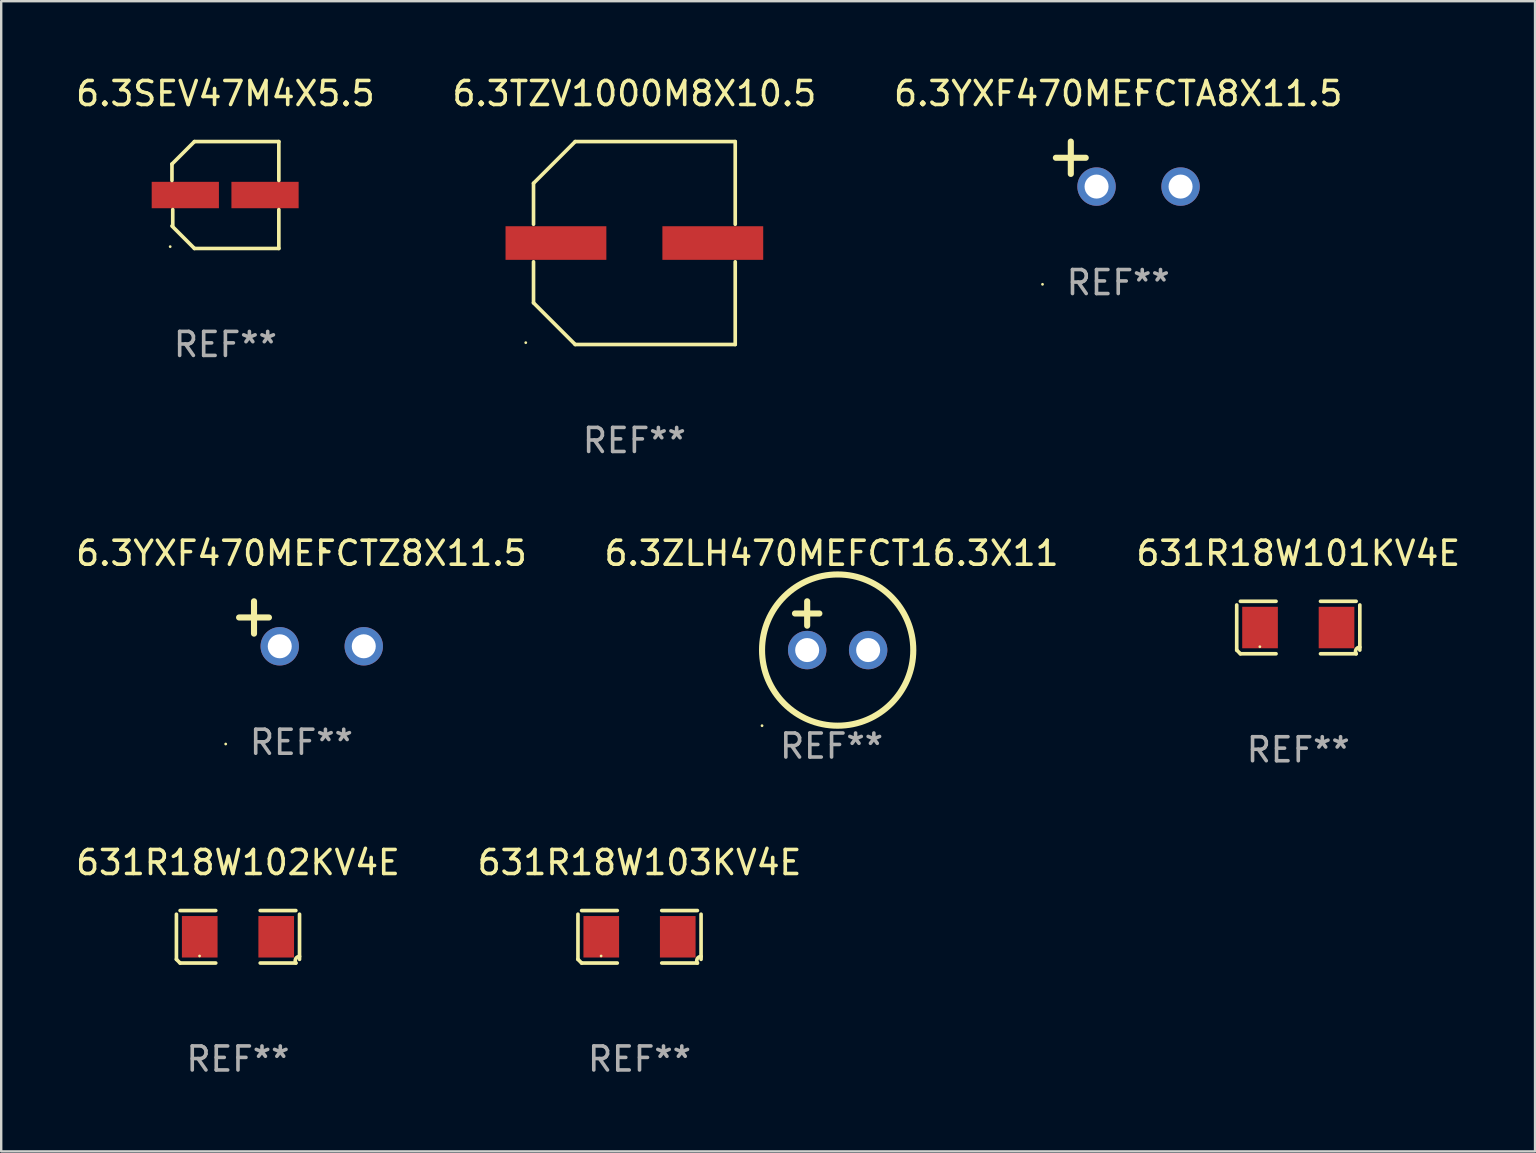
<source format=kicad_pcb>
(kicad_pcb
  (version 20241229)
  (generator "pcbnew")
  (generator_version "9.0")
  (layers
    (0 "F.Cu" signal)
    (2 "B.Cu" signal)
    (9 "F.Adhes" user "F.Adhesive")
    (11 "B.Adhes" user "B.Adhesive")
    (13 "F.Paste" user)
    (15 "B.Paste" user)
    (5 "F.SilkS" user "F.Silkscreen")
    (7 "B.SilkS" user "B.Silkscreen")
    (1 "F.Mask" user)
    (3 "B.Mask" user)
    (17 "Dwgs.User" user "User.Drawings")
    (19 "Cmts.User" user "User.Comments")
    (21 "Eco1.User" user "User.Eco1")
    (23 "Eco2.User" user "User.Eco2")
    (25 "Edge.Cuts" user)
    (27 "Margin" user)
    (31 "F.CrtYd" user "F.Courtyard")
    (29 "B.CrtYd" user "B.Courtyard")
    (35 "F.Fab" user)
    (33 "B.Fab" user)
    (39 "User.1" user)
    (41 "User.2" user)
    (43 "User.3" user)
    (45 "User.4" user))
  (footprint "6.3YXF470MEFCTA8X11.5"
    (layer "F.Cu")
    (at 43.53 3.785)
    (property "Reference" "6.3YXF470MEFCTA8X11.5" (at 0 -2.937 0) (layer "F.SilkS") (effects (font (size 1 1) (thickness 0.15))))
    (attr through_hole)
    (fp_line (start -1.975 0.41) (end -1.975 -0.937) (stroke (width 0.254) (type solid)) (layer "F.SilkS"))
    (fp_line (start -1.353 -0.263) (end -2.597 -0.263) (stroke (width 0.254) (type solid)) (layer "F.SilkS"))
    (fp_arc (start 0.849809 -3.063957) (mid 0.885369 -3.064114) (end 0.920929 -3.063957) (stroke (width 0.254001) (type solid)) (layer "F.SilkS"))
    (fp_circle (center -3.154 5.008) (end -3.124 5.008) (stroke (width 0.06) (type solid)) (fill no) (layer "F.SilkS"))
    (fp_text user "REF**" (at 0 4.937 0) (layer "F.Fab") (effects (font (size 1 1) (thickness 0.15))))
    (pad "1" thru_hole circle (at -0.903 0.937) (size 1.6 1.6) (drill 1) (layers "*.Cu" "*.Mask"))
    (pad "2" thru_hole circle (at 2.597 0.937) (size 1.6 1.6) (drill 1) (layers "*.Cu" "*.Mask")))
  (footprint "6.3TZV1000M8X10.5"
    (layer "F.Cu")
    (at 23.375 7.074)
    (property "Reference" "6.3TZV1000M8X10.5" (at 0 -6.226 0) (layer "F.SilkS") (effects (font (size 1 1) (thickness 0.15))))
    (attr through_hole)
    (fp_line (start -4.201 -2.49) (end -4.201 -0.782) (stroke (width 0.152) (type solid)) (layer "F.SilkS"))
    (fp_line (start -4.201 2.49) (end -4.201 0.782) (stroke (width 0.152) (type solid)) (layer "F.SilkS"))
    (fp_line (start -2.465 -4.226) (end -4.201 -2.49) (stroke (width 0.152) (type solid)) (layer "F.SilkS"))
    (fp_line (start -2.465 4.226) (end -4.201 2.49) (stroke (width 0.152) (type solid)) (layer "F.SilkS"))
    (fp_line (start 4.201 -4.226) (end -2.465 -4.226) (stroke (width 0.152) (type solid)) (layer "F.SilkS"))
    (fp_line (start 4.201 -0.782) (end 4.201 -4.226) (stroke (width 0.152) (type solid)) (layer "F.SilkS"))
    (fp_line (start 4.201 0.782) (end 4.201 4.226) (stroke (width 0.152) (type solid)) (layer "F.SilkS"))
    (fp_line (start 4.201 4.226) (end -2.465 4.226) (stroke (width 0.152) (type solid)) (layer "F.SilkS"))
    (fp_circle (center -4.524 4.15) (end -4.494 4.15) (stroke (width 0.06) (type solid)) (fill no) (layer "F.SilkS"))
    (fp_text user "REF**" (at 0 8.226 0) (layer "F.Fab") (effects (font (size 1 1) (thickness 0.15))))
    (pad "1" smd rect (at -3.267 0) (size 4.2 1.4) (layers "F.Cu" "F.Mask" "F.Paste"))
    (pad "2" smd rect (at 3.267 0) (size 4.2 1.4) (layers "F.Cu" "F.Mask" "F.Paste")))
  (footprint "631R18W103KV4E"
    (layer "F.Cu")
    (at 23.589 35.972)
    (property "Reference" "631R18W103KV4E" (at 0 -3.093 0) (layer "F.SilkS") (effects (font (size 1 1) (thickness 0.15))))
    (attr through_hole)
    (fp_line (start -2.564 0.94) (end -2.564 -0.94) (stroke (width 0.152) (type solid)) (layer "F.SilkS"))
    (fp_line (start -2.411 -1.093) (end -0.926 -1.093) (stroke (width 0.152) (type solid)) (layer "F.SilkS"))
    (fp_line (start -0.926 1.093) (end -2.411 1.093) (stroke (width 0.152) (type solid)) (layer "F.SilkS"))
    (fp_line (start 0.926 1.093) (end 2.411 1.093) (stroke (width 0.152) (type solid)) (layer "F.SilkS"))
    (fp_line (start 2.411 -1.093) (end 0.926 -1.093) (stroke (width 0.152) (type solid)) (layer "F.SilkS"))
    (fp_line (start 2.564 0.94) (end 2.564 -0.94) (stroke (width 0.152) (type solid)) (layer "F.SilkS"))
    (fp_arc (start -2.411201 1.092609) (mid -2.487413 1.01642) (end -2.563602 0.940208) (stroke (width 0.1524) (type solid)) (layer "F.SilkS"))
    (fp_arc (start 2.411201 1.092609) (mid 2.407159 0.911226) (end 2.563602 0.819347) (stroke (width 0.1524) (type solid)) (layer "F.SilkS"))
    (fp_circle (center -1.6 0.8) (end -1.57 0.8) (stroke (width 0.06) (type solid)) (fill no) (layer "F.SilkS"))
    (fp_text user "REF**" (at 0 5.093 0) (layer "F.Fab") (effects (font (size 1 1) (thickness 0.15))))
    (pad "1" smd rect (at -1.593 0) (size 1.485 1.728) (layers "F.Cu" "F.Mask" "F.Paste"))
    (pad "2" smd rect (at 1.593 0) (size 1.485 1.728) (layers "F.Cu" "F.Mask" "F.Paste")))
  (footprint "6.3SEV47M4X5.5"
    (layer "F.Cu")
    (at 6.339 5.074)
    (property "Reference" "6.3SEV47M4X5.5" (at 0 -4.226 0) (layer "F.SilkS") (effects (font (size 1 1) (thickness 0.15))))
    (attr through_hole)
    (fp_line (start -2.226 -1.29) (end -2.226 -0.607) (stroke (width 0.152) (type solid)) (layer "F.SilkS"))
    (fp_line (start -2.193 1.29) (end -2.193 0.607) (stroke (width 0.152) (type solid)) (layer "F.SilkS"))
    (fp_line (start -1.29 2.226) (end -2.226 1.29) (stroke (width 0.152) (type solid)) (layer "F.SilkS"))
    (fp_line (start -1.29 -2.226) (end -2.226 -1.29) (stroke (width 0.152) (type solid)) (layer "F.SilkS"))
    (fp_line (start 2.226 -2.226) (end -1.29 -2.226) (stroke (width 0.152) (type solid)) (layer "F.SilkS"))
    (fp_line (start 2.226 -0.607) (end 2.226 -2.226) (stroke (width 0.152) (type solid)) (layer "F.SilkS"))
    (fp_line (start 2.226 0.607) (end 2.226 2.226) (stroke (width 0.152) (type solid)) (layer "F.SilkS"))
    (fp_line (start 2.226 2.226) (end -1.29 2.226) (stroke (width 0.152) (type solid)) (layer "F.SilkS"))
    (fp_circle (center -2.3 2.15) (end -2.27 2.15) (stroke (width 0.06) (type solid)) (fill no) (layer "F.SilkS"))
    (fp_text user "REF**" (at 0 6.226 0) (layer "F.Fab") (effects (font (size 1 1) (thickness 0.15))))
    (pad "1" smd rect (at -1.67 -0.000025) (size 2.8 1.1) (layers "F.Cu" "F.Mask" "F.Paste"))
    (pad "2" smd rect (at 1.651 -0.000025) (size 2.8 1.1) (layers "F.Cu" "F.Mask" "F.Paste")))
  (footprint "631R18W102KV4E"
    (layer "F.Cu")
    (at 6.863 35.972)
    (property "Reference" "631R18W102KV4E" (at 0 -3.093 0) (layer "F.SilkS") (effects (font (size 1 1) (thickness 0.15))))
    (attr through_hole)
    (fp_line (start -2.564 0.94) (end -2.564 -0.94) (stroke (width 0.152) (type solid)) (layer "F.SilkS"))
    (fp_line (start -2.411 -1.093) (end -0.926 -1.093) (stroke (width 0.152) (type solid)) (layer "F.SilkS"))
    (fp_line (start -0.926 1.093) (end -2.411 1.093) (stroke (width 0.152) (type solid)) (layer "F.SilkS"))
    (fp_line (start 0.926 1.093) (end 2.411 1.093) (stroke (width 0.152) (type solid)) (layer "F.SilkS"))
    (fp_line (start 2.411 -1.093) (end 0.926 -1.093) (stroke (width 0.152) (type solid)) (layer "F.SilkS"))
    (fp_line (start 2.564 0.94) (end 2.564 -0.94) (stroke (width 0.152) (type solid)) (layer "F.SilkS"))
    (fp_arc (start -2.411201 1.092609) (mid -2.487413 1.01642) (end -2.563602 0.940208) (stroke (width 0.1524) (type solid)) (layer "F.SilkS"))
    (fp_arc (start 2.411201 1.092609) (mid 2.407159 0.911226) (end 2.563602 0.819347) (stroke (width 0.1524) (type solid)) (layer "F.SilkS"))
    (fp_circle (center -1.6 0.8) (end -1.57 0.8) (stroke (width 0.06) (type solid)) (fill no) (layer "F.SilkS"))
    (fp_text user "REF**" (at 0 5.093 0) (layer "F.Fab") (effects (font (size 1 1) (thickness 0.15))))
    (pad "1" smd rect (at -1.593 0) (size 1.485 1.728) (layers "F.Cu" "F.Mask" "F.Paste"))
    (pad "2" smd rect (at 1.593 0) (size 1.485 1.728) (layers "F.Cu" "F.Mask" "F.Paste")))
  (footprint "6.3YXF470MEFCTZ8X11.5"
    (layer "F.Cu")
    (at 9.506 22.934)
    (property "Reference" "6.3YXF470MEFCTZ8X11.5" (at 0 -2.937 0) (layer "F.SilkS") (effects (font (size 1 1) (thickness 0.15))))
    (attr through_hole)
    (fp_line (start -1.975 0.41) (end -1.975 -0.937) (stroke (width 0.254) (type solid)) (layer "F.SilkS"))
    (fp_line (start -1.353 -0.263) (end -2.597 -0.263) (stroke (width 0.254) (type solid)) (layer "F.SilkS"))
    (fp_arc (start 0.849809 -3.063957) (mid 0.885369 -3.064114) (end 0.920929 -3.063957) (stroke (width 0.254001) (type solid)) (layer "F.SilkS"))
    (fp_circle (center -3.154 5.008) (end -3.124 5.008) (stroke (width 0.06) (type solid)) (fill no) (layer "F.SilkS"))
    (fp_text user "REF**" (at 0 4.937 0) (layer "F.Fab") (effects (font (size 1 1) (thickness 0.15))))
    (pad "1" thru_hole circle (at -0.903 0.937) (size 1.6 1.6) (drill 1) (layers "*.Cu" "*.Mask"))
    (pad "2" thru_hole circle (at 2.597 0.937) (size 1.6 1.6) (drill 1) (layers "*.Cu" "*.Mask")))
  (footprint "6.3ZLH470MEFCT16.3X11"
    (layer "F.Cu")
    (at 31.589 23.013)
    (property "Reference" "6.3ZLH470MEFCT16.3X11" (at 0 -3.016 0) (layer "F.SilkS") (effects (font (size 1 1) (thickness 0.15))))
    (attr through_hole)
    (fp_line (start -1.524 -0.508) (end -0.508 -0.508) (stroke (width 0.254) (type solid)) (layer "F.SilkS"))
    (fp_line (start -1.016 -1.016) (end -1.016 0) (stroke (width 0.254) (type solid)) (layer "F.SilkS"))
    (fp_circle (center -2.896 4.166) (end -2.866 4.166) (stroke (width 0.06) (type solid)) (fill no) (layer "F.SilkS"))
    (fp_circle (center 0.254 1.016) (end 3.404 1.016) (stroke (width 0.254) (type solid)) (fill no) (layer "F.SilkS"))
    (fp_text user "REF**" (at 0 5.016 0) (layer "F.Fab") (effects (font (size 1 1) (thickness 0.15))))
    (pad "1" thru_hole circle (at -1.016 1.016) (size 1.6 1.6) (drill 1) (layers "*.Cu" "*.Mask"))
    (pad "2" thru_hole circle (at 1.524 1.016) (size 1.6 1.6) (drill 1) (layers "*.Cu" "*.Mask")))
  (footprint "631R18W101KV4E"
    (layer "F.Cu")
    (at 51.03 23.09)
    (property "Reference" "631R18W101KV4E" (at 0 -3.093 0) (layer "F.SilkS") (effects (font (size 1 1) (thickness 0.15))))
    (attr through_hole)
    (fp_line (start -2.564 0.94) (end -2.564 -0.94) (stroke (width 0.152) (type solid)) (layer "F.SilkS"))
    (fp_line (start -2.411 -1.093) (end -0.926 -1.093) (stroke (width 0.152) (type solid)) (layer "F.SilkS"))
    (fp_line (start -0.926 1.093) (end -2.411 1.093) (stroke (width 0.152) (type solid)) (layer "F.SilkS"))
    (fp_line (start 0.926 1.093) (end 2.411 1.093) (stroke (width 0.152) (type solid)) (layer "F.SilkS"))
    (fp_line (start 2.411 -1.093) (end 0.926 -1.093) (stroke (width 0.152) (type solid)) (layer "F.SilkS"))
    (fp_line (start 2.564 0.94) (end 2.564 -0.94) (stroke (width 0.152) (type solid)) (layer "F.SilkS"))
    (fp_arc (start -2.411201 1.092609) (mid -2.487413 1.01642) (end -2.563602 0.940208) (stroke (width 0.1524) (type solid)) (layer "F.SilkS"))
    (fp_arc (start 2.411201 1.092609) (mid 2.407159 0.911226) (end 2.563602 0.819347) (stroke (width 0.1524) (type solid)) (layer "F.SilkS"))
    (fp_circle (center -1.6 0.8) (end -1.57 0.8) (stroke (width 0.06) (type solid)) (fill no) (layer "F.SilkS"))
    (fp_text user "REF**" (at 0 5.093 0) (layer "F.Fab") (effects (font (size 1 1) (thickness 0.15))))
    (pad "1" smd rect (at -1.593 0) (size 1.485 1.728) (layers "F.Cu" "F.Mask" "F.Paste"))
    (pad "2" smd rect (at 1.593 0) (size 1.485 1.728) (layers "F.Cu" "F.Mask" "F.Paste")))
  (gr_rect
    (start -3 -3)
    (end 60.893 44.912)
    (stroke (width 0.1) (type default))
    (fill no)
    (layer "Edge.Cuts")))
</source>
